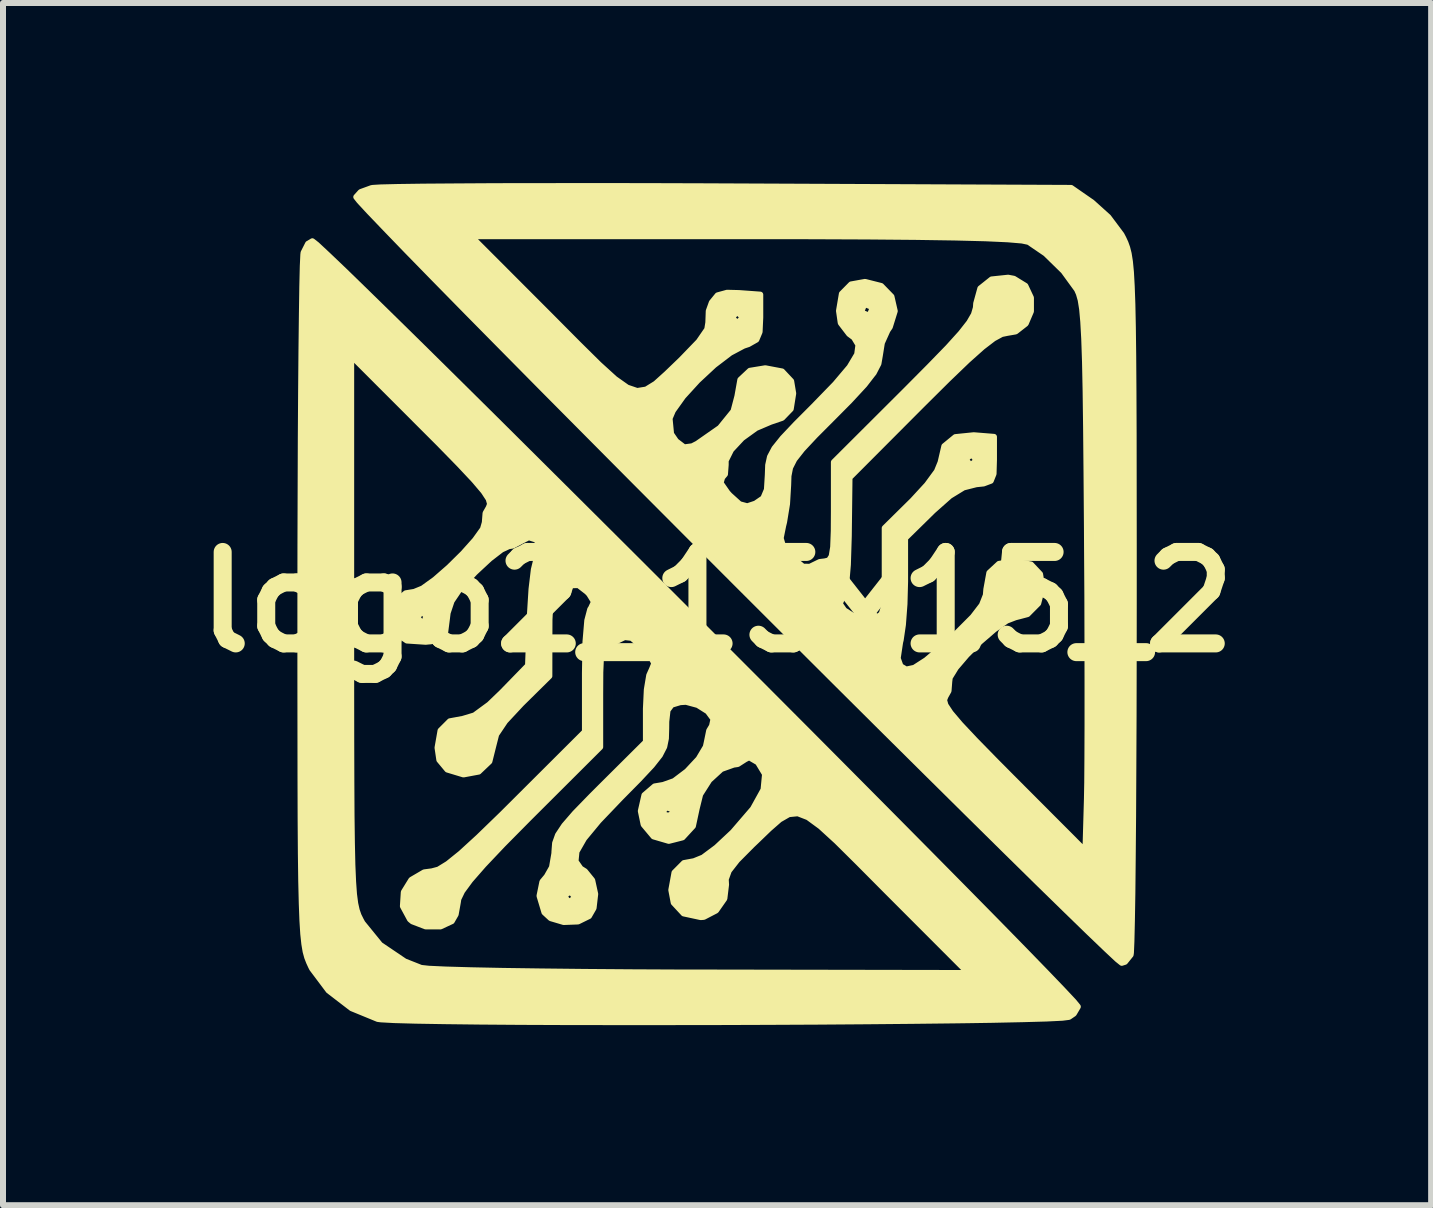
<source format=kicad_pcb>
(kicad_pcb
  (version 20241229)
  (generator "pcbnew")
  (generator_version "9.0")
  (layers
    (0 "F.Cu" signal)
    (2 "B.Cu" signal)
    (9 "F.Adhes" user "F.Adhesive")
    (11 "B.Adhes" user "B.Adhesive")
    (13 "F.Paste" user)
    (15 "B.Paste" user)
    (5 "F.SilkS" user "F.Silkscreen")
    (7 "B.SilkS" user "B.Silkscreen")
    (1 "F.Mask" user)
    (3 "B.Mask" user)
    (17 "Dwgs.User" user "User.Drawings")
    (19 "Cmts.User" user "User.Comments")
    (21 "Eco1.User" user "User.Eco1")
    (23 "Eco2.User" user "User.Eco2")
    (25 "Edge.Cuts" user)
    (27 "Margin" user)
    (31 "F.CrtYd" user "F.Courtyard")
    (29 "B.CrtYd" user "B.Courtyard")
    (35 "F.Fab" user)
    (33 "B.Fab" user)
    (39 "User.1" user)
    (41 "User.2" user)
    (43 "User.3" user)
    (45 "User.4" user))
  (footprint "logo2_15x15_2"
    (layer "F.Cu")
    (at 8.897 6.981)
    (property "Reference" "logo2_15x15_2" (at 0 0 0) (layer "F.SilkS") (effects (font (size 1.524 1.524) (thickness 0.3))))
    (attr through_hole)
    (fp_poly (pts (xy 6.943 0.02) (xy 6.942 0.992) (xy 6.94 1.915) (xy 6.936 2.777) (xy 6.932 3.562) (xy 6.926 4.256) (xy 6.92 4.846) (xy 6.912 5.316) (xy 6.904 5.653) (xy 6.896 5.842) (xy 6.891 5.877) (xy 6.797 5.994) (xy 6.743 6.011) (xy 6.671 5.953) (xy 6.488 5.782) (xy 6.201 5.507) (xy 6.173 5.48) (xy 6.173 1.404) (xy 6.172 0.684) (xy 6.17 -0.09) (xy 6.165 -0.896) (xy 6.163 -1.27) (xy 6.156 -2.169) (xy 6.149 -2.915) (xy 6.141 -3.523) (xy 6.131 -4.007) (xy 6.118 -4.385) (xy 6.102 -4.671) (xy 6.083 -4.882) (xy 6.059 -5.032) (xy 6.029 -5.137) (xy 5.998 -5.207) (xy 5.773 -5.516) (xy 5.474 -5.808) (xy 5.191 -6.001) (xy 5.081 -6.024) (xy 4.844 -6.044) (xy 4.473 -6.061) (xy 3.964 -6.074) (xy 3.31 -6.084) (xy 2.504 -6.091) (xy 1.541 -6.095) (xy 0.451 -6.096) (xy -4.104 -6.096) (xy -2.759 -4.749) (xy -2.312 -4.299) (xy -1.967 -3.958) (xy -1.703 -3.718) (xy -1.498 -3.573) (xy -1.331 -3.516) (xy -1.18 -3.54) (xy -1.023 -3.637) (xy -0.84 -3.802) (xy -0.607 -4.026) (xy -0.582 -4.051) (xy -0.304 -4.339) (xy -0.163 -4.544) (xy -0.145 -4.656) (xy -0.138 -4.849) (xy -0.087 -4.991) (xy 0.01 -5.11) (xy 0.167 -5.153) (xy 0.365 -5.148) (xy 0.72 -5.122) (xy 0.72 -4.741) (xy 0.709 -4.502) (xy 0.655 -4.373) (xy 0.523 -4.298) (xy 0.442 -4.271) (xy 0.423 -4.261) (xy 0.423 -4.741) (xy 0.359 -4.824) (xy 0.339 -4.826) (xy 0.256 -4.762) (xy 0.254 -4.741) (xy 0.318 -4.659) (xy 0.339 -4.657) (xy 0.421 -4.721) (xy 0.423 -4.741) (xy 0.423 -4.261) (xy 0.22 -4.153) (xy -0.049 -3.948) (xy -0.324 -3.692) (xy -0.566 -3.427) (xy -0.736 -3.189) (xy -0.791 -3.059) (xy -0.766 -2.801) (xy -0.683 -2.68) (xy -0.548 -2.577) (xy -0.413 -2.595) (xy -0.329 -2.638) (xy 0.049 -2.902) (xy 0.274 -3.18) (xy 0.339 -3.428) (xy 0.388 -3.703) (xy 0.548 -3.853) (xy 0.804 -3.895) (xy 1.083 -3.842) (xy 1.235 -3.68) (xy 1.269 -3.476) (xy 1.228 -3.218) (xy 1.084 -3.069) (xy 0.902 -3.007) (xy 0.902 -3.439) (xy 0.889 -3.471) (xy 0.813 -3.552) (xy 0.799 -3.556) (xy 0.763 -3.49) (xy 0.762 -3.471) (xy 0.827 -3.39) (xy 0.852 -3.387) (xy 0.902 -3.439) (xy 0.902 -3.007) (xy 0.888 -3.002) (xy 0.649 -2.9) (xy 0.416 -2.732) (xy 0.234 -2.537) (xy 0.144 -2.356) (xy 0.144 -2.288) (xy 0.132 -2.131) (xy 0.085 -2.075) (xy 0.059 -1.984) (xy 0.173 -1.82) (xy 0.21 -1.779) (xy 0.375 -1.63) (xy 0.504 -1.595) (xy 0.64 -1.64) (xy 0.771 -1.73) (xy 0.831 -1.873) (xy 0.846 -2.118) (xy 0.852 -2.282) (xy 0.882 -2.419) (xy 0.956 -2.559) (xy 1.094 -2.731) (xy 1.315 -2.965) (xy 1.609 -3.26) (xy 1.97 -3.632) (xy 2.209 -3.915) (xy 2.335 -4.127) (xy 2.356 -4.285) (xy 2.282 -4.408) (xy 2.201 -4.468) (xy 2.061 -4.651) (xy 2.032 -4.852) (xy 2.08 -5.136) (xy 2.234 -5.292) (xy 2.466 -5.334) (xy 2.734 -5.266) (xy 2.906 -5.089) (xy 2.961 -4.848) (xy 2.879 -4.584) (xy 2.839 -4.525) (xy 2.746 -4.318) (xy 2.712 -4.105) (xy 2.689 -3.972) (xy 2.61 -3.819) (xy 2.589 -3.793) (xy 2.589 -4.891) (xy 2.578 -4.918) (xy 2.475 -4.96) (xy 2.448 -4.949) (xy 2.406 -4.846) (xy 2.417 -4.819) (xy 2.52 -4.777) (xy 2.547 -4.788) (xy 2.589 -4.891) (xy 2.589 -3.793) (xy 2.456 -3.621) (xy 2.209 -3.354) (xy 1.947 -3.09) (xy 1.632 -2.774) (xy 1.419 -2.546) (xy 1.287 -2.378) (xy 1.217 -2.24) (xy 1.19 -2.102) (xy 1.185 -1.949) (xy 1.166 -1.634) (xy 1.117 -1.333) (xy 1.102 -1.273) (xy 1.06 -1.064) (xy 1.105 -0.911) (xy 1.245 -0.744) (xy 1.432 -0.589) (xy 1.552 -0.587) (xy 1.557 -0.592) (xy 1.711 -0.667) (xy 1.795 -0.677) (xy 1.865 -0.694) (xy 1.91 -0.763) (xy 1.935 -0.916) (xy 1.945 -1.183) (xy 1.947 -1.504) (xy 1.947 -2.331) (xy 3.133 -3.514) (xy 3.544 -3.928) (xy 3.85 -4.243) (xy 4.064 -4.48) (xy 4.202 -4.656) (xy 4.28 -4.791) (xy 4.313 -4.904) (xy 4.318 -4.975) (xy 4.387 -5.225) (xy 4.575 -5.375) (xy 4.85 -5.404) (xy 4.945 -5.386) (xy 5.137 -5.268) (xy 5.23 -5.07) (xy 5.23 -4.844) (xy 5.143 -4.64) (xy 4.975 -4.509) (xy 4.848 -4.487) (xy 4.826 -4.483) (xy 4.826 -4.911) (xy 4.761 -4.992) (xy 4.736 -4.995) (xy 4.686 -4.943) (xy 4.699 -4.911) (xy 4.775 -4.83) (xy 4.789 -4.826) (xy 4.825 -4.892) (xy 4.826 -4.911) (xy 4.826 -4.483) (xy 4.743 -4.466) (xy 4.607 -4.392) (xy 4.423 -4.251) (xy 4.174 -4.029) (xy 3.844 -3.712) (xy 3.415 -3.286) (xy 3.41 -3.281) (xy 2.207 -2.074) (xy 2.195 -1.101) (xy 2.18 -0.621) (xy 2.151 -0.283) (xy 2.109 -0.097) (xy 2.086 -0.066) (xy 2.043 0.027) (xy 2.119 0.137) (xy 2.27 0.234) (xy 2.454 0.285) (xy 2.561 0.281) (xy 2.673 0.253) (xy 2.742 0.2) (xy 2.778 0.087) (xy 2.792 -0.121) (xy 2.794 -0.46) (xy 2.794 -0.5) (xy 2.794 -1.233) (xy 3.26 -1.693) (xy 3.499 -1.953) (xy 3.663 -2.177) (xy 3.725 -2.329) (xy 3.725 -2.33) (xy 3.787 -2.597) (xy 3.971 -2.748) (xy 4.275 -2.779) (xy 4.279 -2.779) (xy 4.614 -2.752) (xy 4.614 -2.371) (xy 4.607 -2.136) (xy 4.561 -2.021) (xy 4.441 -1.976) (xy 4.318 -1.963) (xy 4.318 -2.371) (xy 4.254 -2.453) (xy 4.233 -2.455) (xy 4.151 -2.391) (xy 4.149 -2.371) (xy 4.213 -2.288) (xy 4.233 -2.286) (xy 4.316 -2.35) (xy 4.318 -2.371) (xy 4.318 -1.963) (xy 4.106 -1.909) (xy 3.879 -1.77) (xy 3.597 -1.52) (xy 3.577 -1.5) (xy 3.133 -1.064) (xy 3.133 -0.341) (xy 3.123 0.033) (xy 3.097 0.378) (xy 3.06 0.631) (xy 3.05 0.671) (xy 3.01 0.937) (xy 3.057 1.069) (xy 3.151 1.125) (xy 3.287 1.096) (xy 3.484 0.969) (xy 3.762 0.733) (xy 4 0.511) (xy 4.262 0.248) (xy 4.413 0.051) (xy 4.479 -0.116) (xy 4.487 -0.213) (xy 4.537 -0.487) (xy 4.698 -0.636) (xy 4.953 -0.677) (xy 5.23 -0.626) (xy 5.382 -0.465) (xy 5.419 -0.243) (xy 5.351 0.022) (xy 5.173 0.201) (xy 5.045 0.235) (xy 5.045 -0.211) (xy 5.037 -0.255) (xy 4.935 -0.304) (xy 4.905 -0.293) (xy 4.83 -0.211) (xy 4.915 -0.171) (xy 4.958 -0.169) (xy 5.045 -0.211) (xy 5.045 0.235) (xy 4.971 0.254) (xy 4.825 0.31) (xy 4.618 0.456) (xy 4.384 0.658) (xy 4.16 0.881) (xy 3.979 1.093) (xy 3.877 1.259) (xy 3.869 1.325) (xy 3.857 1.48) (xy 3.805 1.573) (xy 3.782 1.632) (xy 3.806 1.718) (xy 3.891 1.847) (xy 4.05 2.035) (xy 4.297 2.298) (xy 4.643 2.652) (xy 4.917 2.928) (xy 6.138 4.152) (xy 6.163 3.282) (xy 6.168 3.009) (xy 6.171 2.59) (xy 6.173 2.047) (xy 6.173 1.404) (xy 6.173 5.48) (xy 5.818 5.135) (xy 5.347 4.675) (xy 4.797 4.134) (xy 4.174 3.519) (xy 3.488 2.84) (xy 2.745 2.103) (xy 1.955 1.317) (xy 1.124 0.488) (xy 0.317 -0.318) (xy -0.543 -1.179) (xy -1.369 -2.008) (xy -2.152 -2.796) (xy -2.886 -3.535) (xy -3.561 -4.218) (xy -4.171 -4.836) (xy -4.707 -5.382) (xy -5.162 -5.848) (xy -5.527 -6.226) (xy -5.796 -6.507) (xy -5.96 -6.684) (xy -6.011 -6.749) (xy -5.937 -6.831) (xy -5.758 -6.896) (xy -5.736 -6.9) (xy -5.606 -6.908) (xy -5.321 -6.915) (xy -4.897 -6.921) (xy -4.347 -6.925) (xy -3.687 -6.929) (xy -2.931 -6.93) (xy -2.095 -6.931) (xy -1.192 -6.93) (xy -0.238 -6.927) (xy 0.219 -6.925) (xy 5.899 -6.9) (xy 6.248 -6.658) (xy 6.519 -6.414) (xy 6.738 -6.121) (xy 6.77 -6.06) (xy 6.804 -5.986) (xy 6.833 -5.905) (xy 6.858 -5.806) (xy 6.879 -5.674) (xy 6.896 -5.498) (xy 6.909 -5.265) (xy 6.92 -4.963) (xy 6.928 -4.578) (xy 6.934 -4.098) (xy 6.938 -3.51) (xy 6.941 -2.802) (xy 6.942 -1.962) (xy 6.943 -0.975) (xy 6.943 0.02)) (stroke (width 0.1) (type solid)) (fill yes) (layer "F.SilkS"))
    (fp_poly (pts (xy 6.011 6.743) (xy 5.944 6.857) (xy 5.863 6.912) (xy 5.753 6.926) (xy 5.49 6.939) (xy 5.092 6.95) (xy 4.577 6.961) (xy 4.189 6.967) (xy 4.189 6.181) (xy 2.801 4.791) (xy 2.347 4.334) (xy 1.995 3.985) (xy 1.725 3.738) (xy 1.516 3.585) (xy 1.346 3.519) (xy 1.196 3.534) (xy 1.043 3.622) (xy 0.867 3.776) (xy 0.646 3.989) (xy 0.584 4.048) (xy 0.335 4.299) (xy 0.196 4.477) (xy 0.145 4.619) (xy 0.15 4.708) (xy 0.122 4.94) (xy -0.017 5.139) (xy -0.221 5.245) (xy -0.254 5.248) (xy -0.254 4.736) (xy -0.306 4.686) (xy -0.339 4.699) (xy -0.419 4.775) (xy -0.423 4.789) (xy -0.358 4.825) (xy -0.339 4.826) (xy -0.257 4.761) (xy -0.254 4.736) (xy -0.254 5.248) (xy -0.273 5.249) (xy -0.556 5.188) (xy -0.722 5.009) (xy -0.762 4.798) (xy -0.709 4.508) (xy -0.551 4.349) (xy -0.383 4.318) (xy -0.233 4.257) (xy -0.009 4.09) (xy 0.255 3.843) (xy 0.267 3.831) (xy 0.598 3.446) (xy 0.775 3.126) (xy 0.8 2.867) (xy 0.682 2.671) (xy 0.535 2.585) (xy 0.469 2.619) (xy 0.344 2.699) (xy 0.275 2.709) (xy 0.071 2.782) (xy -0.129 2.965) (xy -0.281 3.204) (xy -0.339 3.439) (xy -0.402 3.732) (xy -0.576 3.921) (xy -0.712 3.956) (xy -0.712 3.514) (xy -0.721 3.47) (xy -0.822 3.421) (xy -0.853 3.433) (xy -0.928 3.514) (xy -0.842 3.554) (xy -0.799 3.556) (xy -0.712 3.514) (xy -0.712 3.956) (xy -0.804 3.979) (xy -1.057 3.905) (xy -1.223 3.707) (xy -1.27 3.482) (xy -1.21 3.218) (xy -1.04 3.072) (xy -0.897 3.048) (xy -0.714 2.983) (xy -0.5 2.821) (xy -0.307 2.614) (xy -0.187 2.412) (xy -0.169 2.329) (xy -0.131 2.143) (xy -0.084 2.065) (xy -0.059 1.949) (xy -0.153 1.821) (xy -0.321 1.715) (xy -0.517 1.662) (xy -0.614 1.668) (xy -0.757 1.711) (xy -0.825 1.803) (xy -0.846 1.992) (xy -0.847 2.105) (xy -0.852 2.273) (xy -0.88 2.411) (xy -0.952 2.551) (xy -1.086 2.721) (xy -1.302 2.952) (xy -1.606 3.26) (xy -1.973 3.644) (xy -2.216 3.938) (xy -2.342 4.158) (xy -2.358 4.32) (xy -2.274 4.441) (xy -2.201 4.487) (xy -2.08 4.636) (xy -2.03 4.865) (xy -2.057 5.098) (xy -2.134 5.232) (xy -2.317 5.322) (xy -2.371 5.324) (xy -2.371 4.911) (xy -2.435 4.828) (xy -2.455 4.826) (xy -2.538 4.89) (xy -2.54 4.911) (xy -2.476 4.993) (xy -2.455 4.995) (xy -2.373 4.931) (xy -2.371 4.911) (xy -2.371 5.324) (xy -2.555 5.331) (xy -2.771 5.267) (xy -2.876 5.17) (xy -2.958 4.896) (xy -2.91 4.661) (xy -2.836 4.572) (xy -2.75 4.42) (xy -2.71 4.187) (xy -2.709 4.158) (xy -2.698 4.017) (xy -2.65 3.882) (xy -2.546 3.725) (xy -2.367 3.518) (xy -2.092 3.235) (xy -1.947 3.09) (xy -1.185 2.332) (xy -1.185 1.776) (xy -1.17 1.459) (xy -1.13 1.221) (xy -1.084 1.118) (xy -1.045 1.022) (xy -1.117 0.886) (xy -1.228 0.762) (xy -1.422 0.597) (xy -1.546 0.583) (xy -1.557 0.592) (xy -1.711 0.667) (xy -1.795 0.677) (xy -1.864 0.693) (xy -1.908 0.76) (xy -1.934 0.909) (xy -1.945 1.169) (xy -1.947 1.546) (xy -1.947 2.415) (xy -3.133 3.598) (xy -3.567 4.037) (xy -3.889 4.377) (xy -4.112 4.632) (xy -4.248 4.817) (xy -4.311 4.948) (xy -4.318 4.998) (xy -4.355 5.204) (xy -4.42 5.317) (xy -4.609 5.405) (xy -4.657 5.404) (xy -4.657 4.948) (xy -4.722 4.912) (xy -4.741 4.911) (xy -4.823 4.976) (xy -4.826 5) (xy -4.774 5.051) (xy -4.741 5.038) (xy -4.661 4.962) (xy -4.657 4.948) (xy -4.657 5.404) (xy -4.856 5.404) (xy -5.075 5.32) (xy -5.116 5.286) (xy -5.234 5.068) (xy -5.219 4.833) (xy -5.093 4.629) (xy -4.879 4.504) (xy -4.75 4.487) (xy -4.641 4.458) (xy -4.485 4.362) (xy -4.268 4.187) (xy -3.974 3.918) (xy -3.588 3.544) (xy -3.367 3.324) (xy -2.201 2.161) (xy -2.201 1.182) (xy -2.192 0.661) (xy -2.162 0.307) (xy -2.113 0.121) (xy -2.099 0.101) (xy -2.05 -0.004) (xy -2.13 -0.134) (xy -2.165 -0.171) (xy -2.31 -0.283) (xy -2.454 -0.279) (xy -2.563 -0.233) (xy -2.677 -0.172) (xy -2.745 -0.09) (xy -2.78 0.052) (xy -2.792 0.294) (xy -2.793 0.553) (xy -2.794 1.233) (xy -3.26 1.693) (xy -3.531 1.984) (xy -3.68 2.206) (xy -3.725 2.383) (xy -3.793 2.655) (xy -3.972 2.825) (xy -4.149 2.858) (xy -4.149 2.366) (xy -4.201 2.315) (xy -4.233 2.328) (xy -4.314 2.404) (xy -4.318 2.418) (xy -4.252 2.454) (xy -4.233 2.455) (xy -4.152 2.39) (xy -4.149 2.366) (xy -4.149 2.858) (xy -4.225 2.872) (xy -4.493 2.791) (xy -4.627 2.63) (xy -4.657 2.427) (xy -4.607 2.142) (xy -4.452 1.987) (xy -4.235 1.947) (xy -4.042 1.889) (xy -3.794 1.707) (xy -3.582 1.503) (xy -3.149 1.058) (xy -3.117 0.2) (xy -3.091 -0.216) (xy -3.052 -0.542) (xy -3.002 -0.745) (xy -2.981 -0.783) (xy -2.941 -0.924) (xy -3.011 -1.04) (xy -3.138 -1.08) (xy -3.238 -1.029) (xy -3.404 -0.941) (xy -3.47 -0.931) (xy -3.592 -0.874) (xy -3.788 -0.723) (xy -4.017 -0.51) (xy -4.041 -0.487) (xy -4.284 -0.222) (xy -4.423 -0.016) (xy -4.489 0.182) (xy -4.503 0.296) (xy -4.531 0.514) (xy -4.603 0.616) (xy -4.77 0.654) (xy -4.826 0.659) (xy -4.826 0.254) (xy -4.89 0.172) (xy -4.911 0.169) (xy -4.993 0.234) (xy -4.995 0.254) (xy -4.931 0.336) (xy -4.911 0.339) (xy -4.828 0.274) (xy -4.826 0.254) (xy -4.826 0.659) (xy -4.853 0.662) (xy -5.168 0.641) (xy -5.354 0.514) (xy -5.419 0.275) (xy -5.419 0.261) (xy -5.358 -0.002) (xy -5.186 -0.146) (xy -5.044 -0.169) (xy -4.905 -0.226) (xy -4.701 -0.373) (xy -4.465 -0.579) (xy -4.231 -0.81) (xy -4.031 -1.034) (xy -3.9 -1.217) (xy -3.869 -1.325) (xy -3.857 -1.48) (xy -3.804 -1.573) (xy -3.781 -1.633) (xy -3.805 -1.718) (xy -3.89 -1.847) (xy -4.049 -2.034) (xy -4.296 -2.297) (xy -4.643 -2.652) (xy -4.896 -2.905) (xy -6.096 -4.106) (xy -6.096 0.455) (xy -6.096 1.449) (xy -6.095 2.288) (xy -6.093 2.986) (xy -6.09 3.558) (xy -6.084 4.017) (xy -6.076 4.379) (xy -6.064 4.658) (xy -6.049 4.867) (xy -6.029 5.021) (xy -6.004 5.134) (xy -5.974 5.221) (xy -5.937 5.296) (xy -5.909 5.348) (xy -5.614 5.711) (xy -5.204 5.988) (xy -4.931 6.096) (xy -4.803 6.11) (xy -4.523 6.123) (xy -4.107 6.135) (xy -3.572 6.146) (xy -2.935 6.155) (xy -2.212 6.163) (xy -1.42 6.169) (xy -0.576 6.173) (xy -0.255 6.173) (xy 4.189 6.181) (xy 4.189 6.967) (xy 3.96 6.97) (xy 3.261 6.978) (xy 2.495 6.985) (xy 1.681 6.991) (xy 0.834 6.995) (xy -0.027 6.998) (xy -0.885 6.999) (xy -1.724 6.999) (xy -2.526 6.998) (xy -3.274 6.995) (xy -3.95 6.99) (xy -4.538 6.983) (xy -5.02 6.975) (xy -5.38 6.965) (xy -5.599 6.953) (xy -5.653 6.946) (xy -6.089 6.767) (xy -6.472 6.473) (xy -6.746 6.108) (xy -6.763 6.075) (xy -6.798 5.999) (xy -6.829 5.919) (xy -6.855 5.823) (xy -6.876 5.698) (xy -6.894 5.531) (xy -6.908 5.309) (xy -6.919 5.02) (xy -6.928 4.651) (xy -6.934 4.189) (xy -6.938 3.622) (xy -6.94 2.936) (xy -6.941 2.12) (xy -6.942 1.159) (xy -6.942 0.042) (xy -6.942 0.037) (xy -6.941 -0.932) (xy -6.938 -1.854) (xy -6.935 -2.715) (xy -6.93 -3.501) (xy -6.924 -4.196) (xy -6.917 -4.787) (xy -6.91 -5.259) (xy -6.902 -5.597) (xy -6.893 -5.787) (xy -6.889 -5.821) (xy -6.814 -5.969) (xy -6.743 -6.011) (xy -6.669 -5.953) (xy -6.487 -5.783) (xy -6.204 -5.513) (xy -5.831 -5.15) (xy -5.377 -4.706) (xy -4.851 -4.189) (xy -4.264 -3.609) (xy -3.624 -2.975) (xy -2.942 -2.297) (xy -2.226 -1.585) (xy -1.486 -0.848) (xy -0.733 -0.096) (xy 0.026 0.663) (xy 0.779 1.417) (xy 1.518 2.158) (xy 2.233 2.877) (xy 2.914 3.563) (xy 3.552 4.207) (xy 4.138 4.8) (xy 4.661 5.331) (xy 5.113 5.793) (xy 5.483 6.174) (xy 5.762 6.465) (xy 5.942 6.657) (xy 6.011 6.741) (xy 6.011 6.743)) (stroke (width 0.1) (type solid)) (fill yes) (layer "F.SilkS")))
  (gr_rect
    (start -3 -3)
    (end 20.795 17.03)
    (stroke (width 0.1) (type default))
    (fill no)
    (layer "Edge.Cuts")))
</source>
